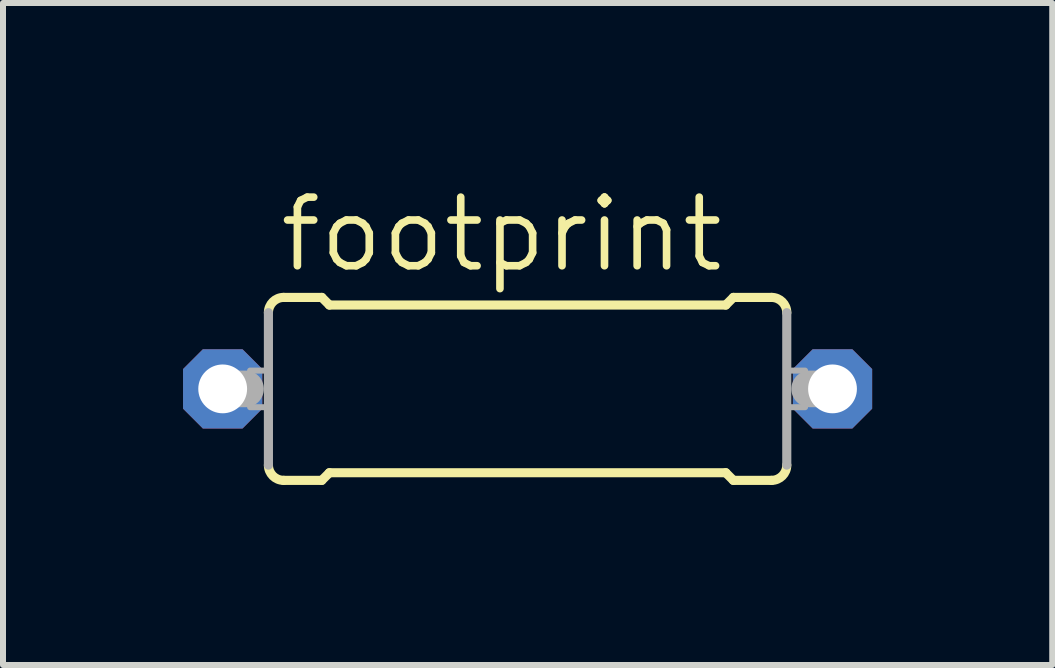
<source format=kicad_pcb>
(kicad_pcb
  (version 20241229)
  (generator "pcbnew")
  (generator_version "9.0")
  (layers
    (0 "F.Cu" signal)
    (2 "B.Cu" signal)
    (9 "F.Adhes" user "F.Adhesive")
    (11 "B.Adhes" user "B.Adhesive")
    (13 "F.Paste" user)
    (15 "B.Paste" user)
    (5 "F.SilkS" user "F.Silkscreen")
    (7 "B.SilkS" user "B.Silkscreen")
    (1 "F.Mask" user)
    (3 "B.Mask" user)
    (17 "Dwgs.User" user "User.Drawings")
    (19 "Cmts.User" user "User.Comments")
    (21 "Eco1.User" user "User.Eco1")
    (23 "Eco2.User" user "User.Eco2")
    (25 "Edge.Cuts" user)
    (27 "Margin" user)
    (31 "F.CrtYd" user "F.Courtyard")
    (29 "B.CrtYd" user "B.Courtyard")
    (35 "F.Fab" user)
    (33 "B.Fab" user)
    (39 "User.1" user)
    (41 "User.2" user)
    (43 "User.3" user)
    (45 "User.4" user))
  (footprint "footprint"
    (layer "F.Cu")
    (at 5.74 3.429)
    (property "Reference" "footprint" (at -4.191 -1.905 0) (layer "F.SilkS") (effects (font (size 1.143 1.143) (thickness 0.127)) (justify left bottom)))
    (fp_line (start -4.064 -1.524) (end -3.429 -1.524) (stroke (width 0.152) (type solid)) (layer "F.SilkS"))
    (fp_line (start -4.064 1.524) (end -3.429 1.524) (stroke (width 0.152) (type solid)) (layer "F.SilkS"))
    (fp_line (start -3.302 -1.397) (end -3.429 -1.524) (stroke (width 0.152) (type solid)) (layer "F.SilkS"))
    (fp_line (start -3.302 1.397) (end -3.429 1.524) (stroke (width 0.152) (type solid)) (layer "F.SilkS"))
    (fp_line (start 3.302 -1.397) (end -3.302 -1.397) (stroke (width 0.152) (type solid)) (layer "F.SilkS"))
    (fp_line (start 3.302 -1.397) (end 3.429 -1.524) (stroke (width 0.152) (type solid)) (layer "F.SilkS"))
    (fp_line (start 3.302 1.397) (end -3.302 1.397) (stroke (width 0.152) (type solid)) (layer "F.SilkS"))
    (fp_line (start 3.302 1.397) (end 3.429 1.524) (stroke (width 0.152) (type solid)) (layer "F.SilkS"))
    (fp_line (start 4.064 -1.524) (end 3.429 -1.524) (stroke (width 0.152) (type solid)) (layer "F.SilkS"))
    (fp_line (start 4.064 1.524) (end 3.429 1.524) (stroke (width 0.152) (type solid)) (layer "F.SilkS"))
    (fp_arc (start -4.318 -1.27) (mid -4.243605 -1.449605) (end -4.064 -1.524) (stroke (width 0.1524) (type solid)) (layer "F.SilkS"))
    (fp_arc (start -4.064 1.524) (mid -4.243605 1.449605) (end -4.318 1.27) (stroke (width 0.1524) (type solid)) (layer "F.SilkS"))
    (fp_arc (start 4.064 -1.524) (mid 4.243605 -1.449605) (end 4.318 -1.27) (stroke (width 0.1524) (type solid)) (layer "F.SilkS"))
    (fp_arc (start 4.318 1.27) (mid 4.243605 1.449605) (end 4.064 1.524) (stroke (width 0.1524) (type solid)) (layer "F.SilkS"))
    (fp_line (start -4.699 0) (end -5.08 0) (stroke (width 0.61) (type solid)) (layer "F.Fab"))
    (fp_line (start -4.318 1.27) (end -4.318 -1.27) (stroke (width 0.152) (type solid)) (layer "F.Fab"))
    (fp_line (start 4.318 1.27) (end 4.318 -1.27) (stroke (width 0.152) (type solid)) (layer "F.Fab"))
    (fp_line (start 5.08 0) (end 4.699 0) (stroke (width 0.61) (type solid)) (layer "F.Fab"))
    (fp_poly (pts (xy -4.623 0.305) (xy -4.318 0.305) (xy -4.318 -0.305) (xy -4.623 -0.305)) (stroke (width 0.1) (type solid)) (fill no) (layer "F.Fab"))
    (fp_poly (pts (xy 4.318 0.305) (xy 4.623 0.305) (xy 4.623 -0.305) (xy 4.318 -0.305)) (stroke (width 0.1) (type solid)) (fill no) (layer "F.Fab"))
    (pad "1" thru_hole roundrect (at -5.08 0) (size 1.321 1.321) (drill 0.813) (layers "*.Cu" "*.Mask") (roundrect_rratio 0.25) (chamfer_ratio 0.25) (chamfer top_left top_right bottom_left bottom_right))
    (pad "2" thru_hole roundrect (at 5.08 0) (size 1.321 1.321) (drill 0.813) (layers "*.Cu" "*.Mask") (roundrect_rratio 0.25) (chamfer_ratio 0.25) (chamfer top_left top_right bottom_left bottom_right)))
  (gr_rect
    (start -3 -3)
    (end 14.481 8.029)
    (stroke (width 0.1) (type default))
    (fill no)
    (layer "Edge.Cuts")))
</source>
